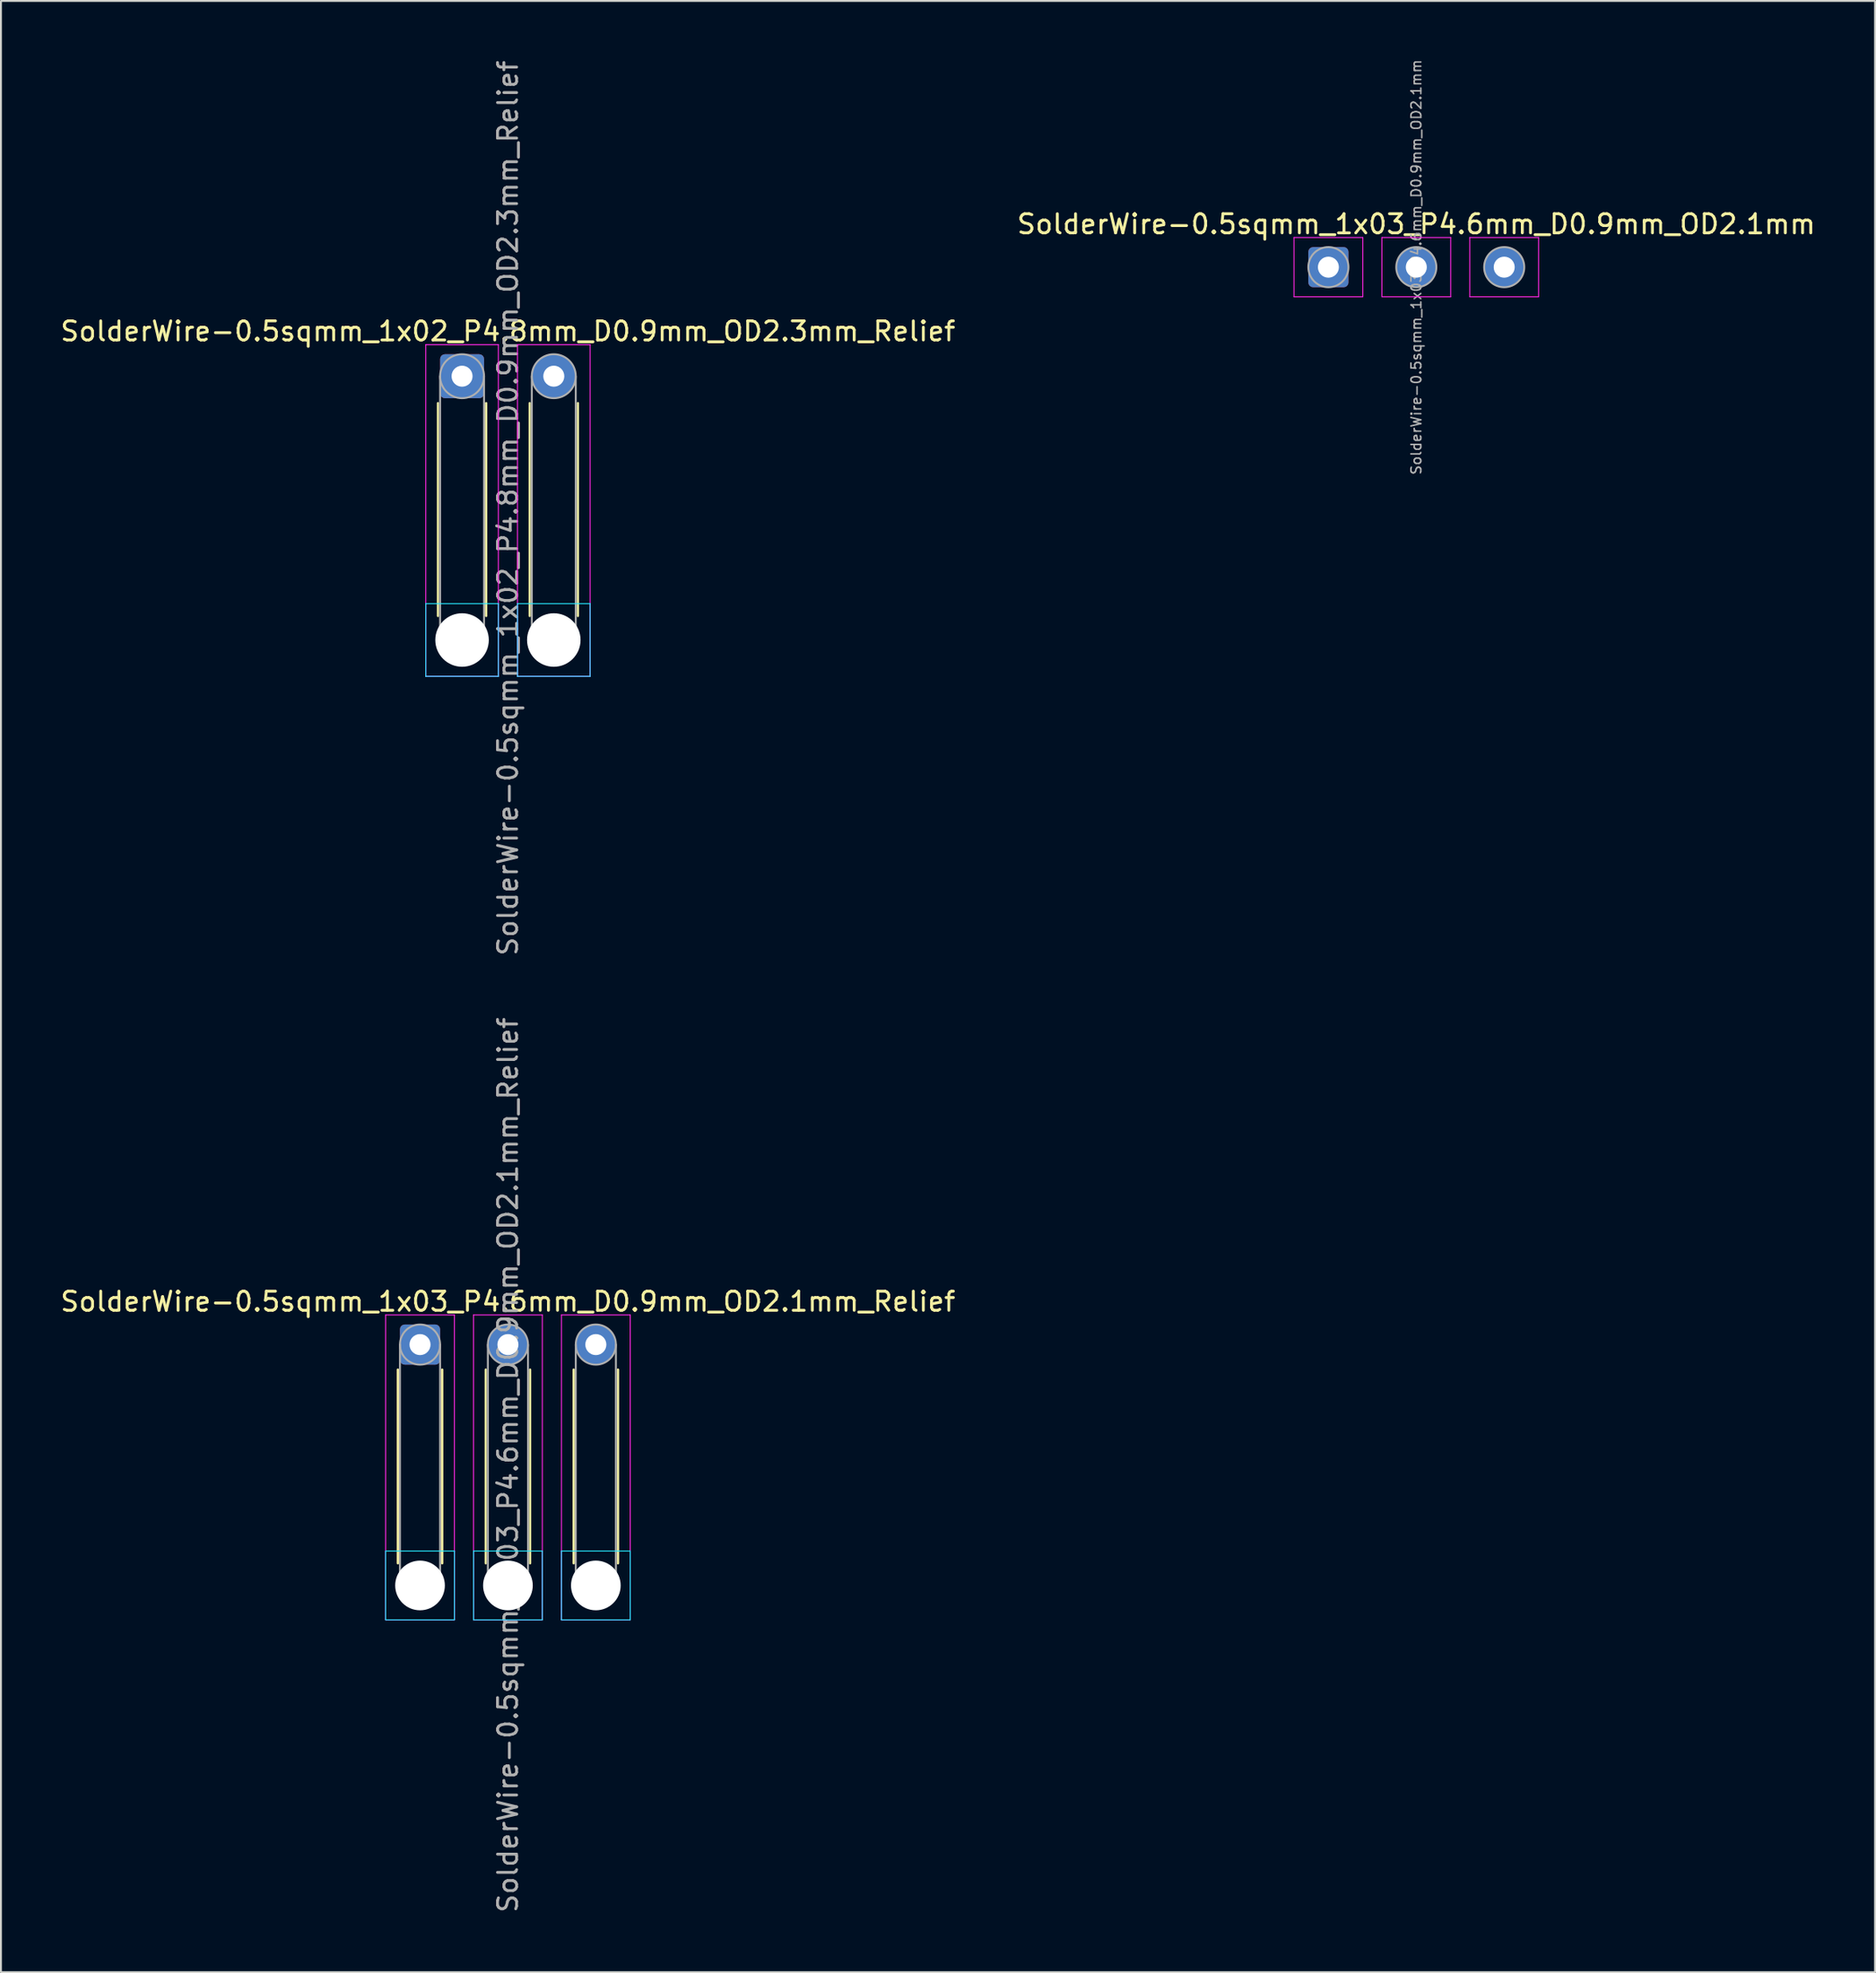
<source format=kicad_pcb>
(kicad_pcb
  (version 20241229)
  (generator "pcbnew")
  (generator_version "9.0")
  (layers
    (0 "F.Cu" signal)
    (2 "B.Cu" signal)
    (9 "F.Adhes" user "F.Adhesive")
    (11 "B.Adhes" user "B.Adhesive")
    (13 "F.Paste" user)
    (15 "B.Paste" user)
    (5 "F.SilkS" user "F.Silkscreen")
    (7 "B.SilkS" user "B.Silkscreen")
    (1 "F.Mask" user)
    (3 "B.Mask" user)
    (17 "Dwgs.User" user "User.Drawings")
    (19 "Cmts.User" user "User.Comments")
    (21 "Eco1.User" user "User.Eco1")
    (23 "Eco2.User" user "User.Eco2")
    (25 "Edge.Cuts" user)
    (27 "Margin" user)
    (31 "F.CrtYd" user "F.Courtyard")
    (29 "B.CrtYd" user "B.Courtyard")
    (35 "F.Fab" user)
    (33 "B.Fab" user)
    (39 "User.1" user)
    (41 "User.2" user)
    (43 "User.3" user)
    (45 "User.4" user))
  (footprint "SolderWire-0.5sqmm_1x03_P4.6mm_D0.9mm_OD2.1mm_Relief"
    (layer "F.Cu")
    (at 18.93 67.289)
    (property "Reference" "SolderWire-0.5sqmm_1x03_P4.6mm_D0.9mm_OD2.1mm_Relief" (at 4.6 -2.25 0) (layer "F.SilkS") (effects (font (size 1 1) (thickness 0.15))))
    (attr exclude_from_pos_files exclude_from_bom)
    (fp_line (start -1.16 1.31) (end -1.16 11.44) (stroke (width 0.12) (type solid)) (layer "F.SilkS"))
    (fp_line (start 1.16 1.31) (end 1.16 11.44) (stroke (width 0.12) (type solid)) (layer "F.SilkS"))
    (fp_line (start 3.44 1.31) (end 3.44 11.44) (stroke (width 0.12) (type solid)) (layer "F.SilkS"))
    (fp_line (start 5.76 1.31) (end 5.76 11.44) (stroke (width 0.12) (type solid)) (layer "F.SilkS"))
    (fp_line (start 8.04 1.31) (end 8.04 11.44) (stroke (width 0.12) (type solid)) (layer "F.SilkS"))
    (fp_line (start 10.36 1.31) (end 10.36 11.44) (stroke (width 0.12) (type solid)) (layer "F.SilkS"))
    (fp_line (start -1.8 10.8) (end -1.8 14.4) (stroke (width 0.05) (type solid)) (layer "B.CrtYd"))
    (fp_line (start -1.8 14.4) (end 1.8 14.4) (stroke (width 0.05) (type solid)) (layer "B.CrtYd"))
    (fp_line (start 1.8 10.8) (end -1.8 10.8) (stroke (width 0.05) (type solid)) (layer "B.CrtYd"))
    (fp_line (start 1.8 14.4) (end 1.8 10.8) (stroke (width 0.05) (type solid)) (layer "B.CrtYd"))
    (fp_line (start 2.8 10.8) (end 2.8 14.4) (stroke (width 0.05) (type solid)) (layer "B.CrtYd"))
    (fp_line (start 2.8 14.4) (end 6.4 14.4) (stroke (width 0.05) (type solid)) (layer "B.CrtYd"))
    (fp_line (start 6.4 10.8) (end 2.8 10.8) (stroke (width 0.05) (type solid)) (layer "B.CrtYd"))
    (fp_line (start 6.4 14.4) (end 6.4 10.8) (stroke (width 0.05) (type solid)) (layer "B.CrtYd"))
    (fp_line (start 7.4 10.8) (end 7.4 14.4) (stroke (width 0.05) (type solid)) (layer "B.CrtYd"))
    (fp_line (start 7.4 14.4) (end 11 14.4) (stroke (width 0.05) (type solid)) (layer "B.CrtYd"))
    (fp_line (start 11 10.8) (end 7.4 10.8) (stroke (width 0.05) (type solid)) (layer "B.CrtYd"))
    (fp_line (start 11 14.4) (end 11 10.8) (stroke (width 0.05) (type solid)) (layer "B.CrtYd"))
    (fp_line (start -1.8 -1.55) (end -1.8 14.4) (stroke (width 0.05) (type solid)) (layer "F.CrtYd"))
    (fp_line (start -1.8 14.4) (end 1.8 14.4) (stroke (width 0.05) (type solid)) (layer "F.CrtYd"))
    (fp_line (start 1.8 -1.55) (end -1.8 -1.55) (stroke (width 0.05) (type solid)) (layer "F.CrtYd"))
    (fp_line (start 1.8 14.4) (end 1.8 -1.55) (stroke (width 0.05) (type solid)) (layer "F.CrtYd"))
    (fp_line (start 2.8 -1.55) (end 2.8 14.4) (stroke (width 0.05) (type solid)) (layer "F.CrtYd"))
    (fp_line (start 2.8 14.4) (end 6.4 14.4) (stroke (width 0.05) (type solid)) (layer "F.CrtYd"))
    (fp_line (start 6.4 -1.55) (end 2.8 -1.55) (stroke (width 0.05) (type solid)) (layer "F.CrtYd"))
    (fp_line (start 6.4 14.4) (end 6.4 -1.55) (stroke (width 0.05) (type solid)) (layer "F.CrtYd"))
    (fp_line (start 7.4 -1.55) (end 7.4 14.4) (stroke (width 0.05) (type solid)) (layer "F.CrtYd"))
    (fp_line (start 7.4 14.4) (end 11 14.4) (stroke (width 0.05) (type solid)) (layer "F.CrtYd"))
    (fp_line (start 11 -1.55) (end 7.4 -1.55) (stroke (width 0.05) (type solid)) (layer "F.CrtYd"))
    (fp_line (start 11 14.4) (end 11 -1.55) (stroke (width 0.05) (type solid)) (layer "F.CrtYd"))
    (fp_line (start -1.05 0) (end -1.05 12.6) (stroke (width 0.1) (type solid)) (layer "F.Fab"))
    (fp_line (start 1.05 0) (end 1.05 12.6) (stroke (width 0.1) (type solid)) (layer "F.Fab"))
    (fp_line (start 3.55 0) (end 3.55 12.6) (stroke (width 0.1) (type solid)) (layer "F.Fab"))
    (fp_line (start 5.65 0) (end 5.65 12.6) (stroke (width 0.1) (type solid)) (layer "F.Fab"))
    (fp_line (start 8.15 0) (end 8.15 12.6) (stroke (width 0.1) (type solid)) (layer "F.Fab"))
    (fp_line (start 10.25 0) (end 10.25 12.6) (stroke (width 0.1) (type solid)) (layer "F.Fab"))
    (fp_circle (center 0 0) (end 1.05 0) (stroke (width 0.1) (type solid)) (fill no) (layer "F.Fab"))
    (fp_circle (center 0 12.6) (end 1.05 12.6) (stroke (width 0.1) (type solid)) (fill no) (layer "F.Fab"))
    (fp_circle (center 4.6 0) (end 5.65 0) (stroke (width 0.1) (type solid)) (fill no) (layer "F.Fab"))
    (fp_circle (center 4.6 12.6) (end 5.65 12.6) (stroke (width 0.1) (type solid)) (fill no) (layer "F.Fab"))
    (fp_circle (center 9.2 0) (end 10.25 0) (stroke (width 0.1) (type solid)) (fill no) (layer "F.Fab"))
    (fp_circle (center 9.2 12.6) (end 10.25 12.6) (stroke (width 0.1) (type solid)) (fill no) (layer "F.Fab"))
    (fp_text user "${REFERENCE}" (at 4.6 6.3 90) (layer "F.Fab") (effects (font (size 1 1) (thickness 0.15))))
    (pad "" np_thru_hole circle (at 0 12.6) (size 2.6 2.6) (drill 2.6) (layers "*.Cu" "*.Mask"))
    (pad "" np_thru_hole circle (at 4.6 12.6) (size 2.6 2.6) (drill 2.6) (layers "*.Cu" "*.Mask"))
    (pad "" np_thru_hole circle (at 9.2 12.6) (size 2.6 2.6) (drill 2.6) (layers "*.Cu" "*.Mask"))
    (pad "1" thru_hole roundrect (at 0 0) (size 2.1 2.1) (drill 1.1) (layers "*.Cu" "*.Mask") (roundrect_rratio 0.119))
    (pad "2" thru_hole circle (at 4.6 0) (size 2.1 2.1) (drill 1.1) (layers "*.Cu" "*.Mask"))
    (pad "3" thru_hole circle (at 9.2 0) (size 2.1 2.1) (drill 1.1) (layers "*.Cu" "*.Mask")))
  (footprint "SolderWire-0.5sqmm_1x02_P4.8mm_D0.9mm_OD2.3mm_Relief"
    (layer "F.Cu")
    (at 21.13 16.63)
    (property "Reference" "SolderWire-0.5sqmm_1x02_P4.8mm_D0.9mm_OD2.3mm_Relief" (at 2.4 -2.35 0) (layer "F.SilkS") (effects (font (size 1 1) (thickness 0.15))))
    (attr exclude_from_pos_files exclude_from_bom)
    (fp_line (start -1.26 1.41) (end -1.26 12.54) (stroke (width 0.12) (type solid)) (layer "F.SilkS"))
    (fp_line (start 1.26 1.41) (end 1.26 12.54) (stroke (width 0.12) (type solid)) (layer "F.SilkS"))
    (fp_line (start 3.54 1.41) (end 3.54 12.54) (stroke (width 0.12) (type solid)) (layer "F.SilkS"))
    (fp_line (start 6.06 1.41) (end 6.06 12.54) (stroke (width 0.12) (type solid)) (layer "F.SilkS"))
    (fp_line (start -1.9 11.9) (end -1.9 15.7) (stroke (width 0.05) (type solid)) (layer "B.CrtYd"))
    (fp_line (start -1.9 15.7) (end 1.9 15.7) (stroke (width 0.05) (type solid)) (layer "B.CrtYd"))
    (fp_line (start 1.9 11.9) (end -1.9 11.9) (stroke (width 0.05) (type solid)) (layer "B.CrtYd"))
    (fp_line (start 1.9 15.7) (end 1.9 11.9) (stroke (width 0.05) (type solid)) (layer "B.CrtYd"))
    (fp_line (start 2.9 11.9) (end 2.9 15.7) (stroke (width 0.05) (type solid)) (layer "B.CrtYd"))
    (fp_line (start 2.9 15.7) (end 6.7 15.7) (stroke (width 0.05) (type solid)) (layer "B.CrtYd"))
    (fp_line (start 6.7 11.9) (end 2.9 11.9) (stroke (width 0.05) (type solid)) (layer "B.CrtYd"))
    (fp_line (start 6.7 15.7) (end 6.7 11.9) (stroke (width 0.05) (type solid)) (layer "B.CrtYd"))
    (fp_line (start -1.9 -1.65) (end -1.9 15.7) (stroke (width 0.05) (type solid)) (layer "F.CrtYd"))
    (fp_line (start -1.9 15.7) (end 1.9 15.7) (stroke (width 0.05) (type solid)) (layer "F.CrtYd"))
    (fp_line (start 1.9 -1.65) (end -1.9 -1.65) (stroke (width 0.05) (type solid)) (layer "F.CrtYd"))
    (fp_line (start 1.9 15.7) (end 1.9 -1.65) (stroke (width 0.05) (type solid)) (layer "F.CrtYd"))
    (fp_line (start 2.9 -1.65) (end 2.9 15.7) (stroke (width 0.05) (type solid)) (layer "F.CrtYd"))
    (fp_line (start 2.9 15.7) (end 6.7 15.7) (stroke (width 0.05) (type solid)) (layer "F.CrtYd"))
    (fp_line (start 6.7 -1.65) (end 2.9 -1.65) (stroke (width 0.05) (type solid)) (layer "F.CrtYd"))
    (fp_line (start 6.7 15.7) (end 6.7 -1.65) (stroke (width 0.05) (type solid)) (layer "F.CrtYd"))
    (fp_line (start -1.15 0) (end -1.15 13.8) (stroke (width 0.1) (type solid)) (layer "F.Fab"))
    (fp_line (start 1.15 0) (end 1.15 13.8) (stroke (width 0.1) (type solid)) (layer "F.Fab"))
    (fp_line (start 3.65 0) (end 3.65 13.8) (stroke (width 0.1) (type solid)) (layer "F.Fab"))
    (fp_line (start 5.95 0) (end 5.95 13.8) (stroke (width 0.1) (type solid)) (layer "F.Fab"))
    (fp_circle (center 0 0) (end 1.15 0) (stroke (width 0.1) (type solid)) (fill no) (layer "F.Fab"))
    (fp_circle (center 0 13.8) (end 1.15 13.8) (stroke (width 0.1) (type solid)) (fill no) (layer "F.Fab"))
    (fp_circle (center 4.8 0) (end 5.95 0) (stroke (width 0.1) (type solid)) (fill no) (layer "F.Fab"))
    (fp_circle (center 4.8 13.8) (end 5.95 13.8) (stroke (width 0.1) (type solid)) (fill no) (layer "F.Fab"))
    (fp_text user "${REFERENCE}" (at 2.4 6.9 90) (layer "F.Fab") (effects (font (size 1 1) (thickness 0.15))))
    (pad "" np_thru_hole circle (at 0 13.8) (size 2.8 2.8) (drill 2.8) (layers "*.Cu" "*.Mask"))
    (pad "" np_thru_hole circle (at 4.8 13.8) (size 2.8 2.8) (drill 2.8) (layers "*.Cu" "*.Mask"))
    (pad "1" thru_hole roundrect (at 0 0) (size 2.3 2.3) (drill 1.1) (layers "*.Cu" "*.Mask") (roundrect_rratio 0.109))
    (pad "2" thru_hole circle (at 4.8 0) (size 2.3 2.3) (drill 1.1) (layers "*.Cu" "*.Mask")))
  (footprint "SolderWire-0.5sqmm_1x03_P4.6mm_D0.9mm_OD2.1mm"
    (layer "F.Cu")
    (at 66.465 10.926)
    (property "Reference" "SolderWire-0.5sqmm_1x03_P4.6mm_D0.9mm_OD2.1mm" (at 4.6 -2.25 0) (layer "F.SilkS") (effects (font (size 1 1) (thickness 0.15))))
    (attr exclude_from_pos_files exclude_from_bom)
    (fp_line (start -1.8 -1.55) (end -1.8 1.55) (stroke (width 0.05) (type solid)) (layer "F.CrtYd"))
    (fp_line (start -1.8 1.55) (end 1.8 1.55) (stroke (width 0.05) (type solid)) (layer "F.CrtYd"))
    (fp_line (start 1.8 -1.55) (end -1.8 -1.55) (stroke (width 0.05) (type solid)) (layer "F.CrtYd"))
    (fp_line (start 1.8 1.55) (end 1.8 -1.55) (stroke (width 0.05) (type solid)) (layer "F.CrtYd"))
    (fp_line (start 2.8 -1.55) (end 2.8 1.55) (stroke (width 0.05) (type solid)) (layer "F.CrtYd"))
    (fp_line (start 2.8 1.55) (end 6.4 1.55) (stroke (width 0.05) (type solid)) (layer "F.CrtYd"))
    (fp_line (start 6.4 -1.55) (end 2.8 -1.55) (stroke (width 0.05) (type solid)) (layer "F.CrtYd"))
    (fp_line (start 6.4 1.55) (end 6.4 -1.55) (stroke (width 0.05) (type solid)) (layer "F.CrtYd"))
    (fp_line (start 7.4 -1.55) (end 7.4 1.55) (stroke (width 0.05) (type solid)) (layer "F.CrtYd"))
    (fp_line (start 7.4 1.55) (end 11 1.55) (stroke (width 0.05) (type solid)) (layer "F.CrtYd"))
    (fp_line (start 11 -1.55) (end 7.4 -1.55) (stroke (width 0.05) (type solid)) (layer "F.CrtYd"))
    (fp_line (start 11 1.55) (end 11 -1.55) (stroke (width 0.05) (type solid)) (layer "F.CrtYd"))
    (fp_circle (center 0 0) (end 1.05 0) (stroke (width 0.1) (type solid)) (fill no) (layer "F.Fab"))
    (fp_circle (center 4.6 0) (end 5.65 0) (stroke (width 0.1) (type solid)) (fill no) (layer "F.Fab"))
    (fp_circle (center 9.2 0) (end 10.25 0) (stroke (width 0.1) (type solid)) (fill no) (layer "F.Fab"))
    (fp_text user "${REFERENCE}" (at 4.6 0 90) (layer "F.Fab") (effects (font (size 0.52 0.52) (thickness 0.08))))
    (pad "1" thru_hole roundrect (at 0 0) (size 2.1 2.1) (drill 1.1) (layers "*.Cu" "*.Mask") (roundrect_rratio 0.119))
    (pad "2" thru_hole circle (at 4.6 0) (size 2.1 2.1) (drill 1.1) (layers "*.Cu" "*.Mask"))
    (pad "3" thru_hole circle (at 9.2 0) (size 2.1 2.1) (drill 1.1) (layers "*.Cu" "*.Mask")))
  (gr_rect
    (start -3 -3)
    (end 95.071 100.119)
    (stroke (width 0.1) (type default))
    (fill no)
    (layer "Edge.Cuts")))
</source>
